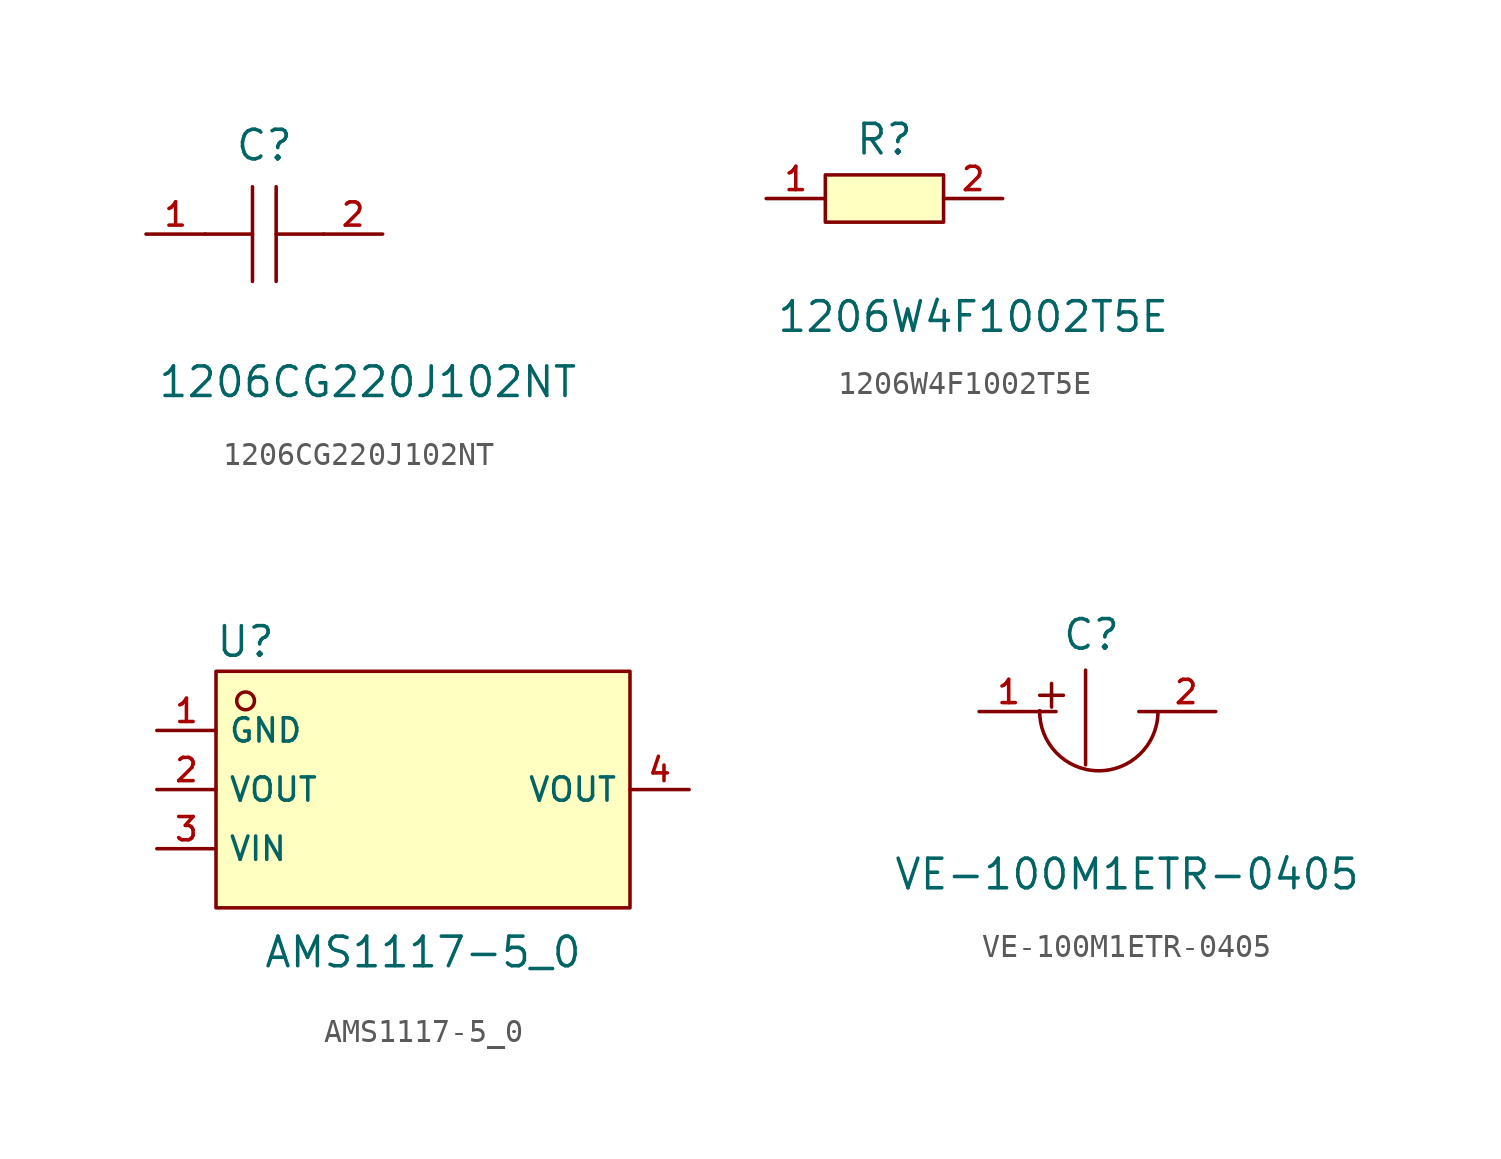
<source format=kicad_sym>
(kicad_symbol_lib
  (version 20211014)
  (generator kicad_symbol_editor)
  (symbol "1206CG220J102NT"
    (pin_names hide)
    (property "Reference" "C"
      (at 5.08 3.81 0)
      (effects (font (size 1.27 1.27))))
    (property "Value" "1206CG220J102NT"
      (at 9.525 -6.35 0)
      (effects (font (size 1.27 1.27))))
    (symbol "1206CG220J102NT_0_0"
      (polyline (pts (xy 4.572 -2.032) (xy 4.572 2.032)) (stroke (width 0) (type default) (color 0 0 0 0)) (fill (type none)))
      (polyline (pts (xy 4.572 0) (xy 2.54 0)) (stroke (width 0) (type default) (color 0 0 0 0)) (fill (type none)))
      (polyline (pts (xy 5.588 2.032) (xy 5.588 -2.032)) (stroke (width 0) (type default) (color 0 0 0 0)) (fill (type none)))
      (polyline (pts (xy 7.62 0) (xy 5.588 0)) (stroke (width 0) (type default) (color 0 0 0 0)) (fill (type none)))
      (pin unspecified line (at 0 0 0) (length 2.54) (name "1" (effects (font (size 1 1)))) (number "1" (effects (font (size 1 1)))))
      (pin unspecified line (at 10.16 0 180) (length 2.54) (name "2" (effects (font (size 1 1)))) (number "2" (effects (font (size 1 1)))))))
  (symbol "1206W4F1002T5E"
    (pin_names hide)
    (property "Reference" "R"
      (at 5.08 2.54 0)
      (effects (font (size 1.27 1.27))))
    (property "Value" "1206W4F1002T5E"
      (at 8.89 -5.08 0)
      (effects (font (size 1.27 1.27))))
    (symbol "1206W4F1002T5E_0_0"
      (rectangle (start 2.54 1.016) (end 7.62 -1.016) (stroke (width 0) (type default) (color 0 0 0 0)) (fill (type background)))
      (pin input line (at 0 0 0) (length 2.54) (name "1" (effects (font (size 1 1)))) (number "1" (effects (font (size 1 1)))))
      (pin input line (at 10.16 0 180) (length 2.54) (name "2" (effects (font (size 1 1)))) (number "2" (effects (font (size 1 1)))))))
  (symbol "AMS1117-5_0"
    (property "Reference" "U"
      (at 3.81 3.81 0)
      (effects (font (size 1.27 1.27))))
    (property "Value" "AMS1117-5_0"
      (at 11.43 -9.525 0)
      (effects (font (size 1.27 1.27))))
    (symbol "AMS1117-5_0_0_0"
      (rectangle (start 2.54 2.54) (end 20.32 -7.62) (stroke (width 0) (type default) (color 0 0 0 0)) (fill (type background)))
      (circle (center 3.81 1.27) (radius 0.381) (stroke (width 0) (type default) (color 0 0 0 0)) (fill (type background)))
      (pin unspecified line (at 0 0 0) (length 2.54) (name "GND" (effects (font (size 1 1)))) (number "1" (effects (font (size 1 1)))))
      (pin unspecified line (at 0 -2.54 0) (length 2.54) (name "VOUT" (effects (font (size 1 1)))) (number "2" (effects (font (size 1 1)))))
      (pin unspecified line (at 0 -5.08 0) (length 2.54) (name "VIN" (effects (font (size 1 1)))) (number "3" (effects (font (size 1 1)))))
      (pin unspecified line (at 22.86 -2.54 180) (length 2.54) (name "VOUT" (effects (font (size 1 1)))) (number "4" (effects (font (size 1 1)))))))
  (symbol "VE-100M1ETR-0405"
    (pin_names hide)
    (property "Reference" "C"
      (at 4.826 3.302 0)
      (effects (font (size 1.27 1.27))))
    (property "Value" "VE-100M1ETR-0405"
      (at 6.35 -6.985 0)
      (effects (font (size 1.27 1.27))))
    (symbol "VE-100M1ETR-0405_0_0"
      (polyline (pts (xy 2.54 0) (xy 3.302 0)) (stroke (width 0) (type default) (color 0 0 0 0)) (fill (type none)))
      (polyline (pts (xy 2.603 0.699) (xy 3.619 0.699)) (stroke (width 0) (type default) (color 0 0 0 0)) (fill (type none)))
      (polyline (pts (xy 3.111 1.206) (xy 3.111 0.191)) (stroke (width 0) (type default) (color 0 0 0 0)) (fill (type none)))
      (polyline (pts (xy 4.572 1.778) (xy 4.572 -2.286)) (stroke (width 0) (type default) (color 0 0 0 0)) (fill (type none)))
      (polyline (pts (xy 6.858 0) (xy 7.62 0)) (stroke (width 0) (type default) (color 0 0 0 0)) (fill (type none)))
      (arc (start 2.5999 0.0373) (mid 5.0989 -2.5429) (end 7.6792 -0.0439) (stroke (width 0) (type default) (color 0 0 0 0)) (fill (type none)))
      (pin input line (at 0 0 0) (length 2.54) (name "1" (effects (font (size 1 1)))) (number "1" (effects (font (size 1 1)))))
      (pin input line (at 10.16 0 180) (length 2.54) (name "2" (effects (font (size 1 1)))) (number "2" (effects (font (size 1 1))))))))
</source>
